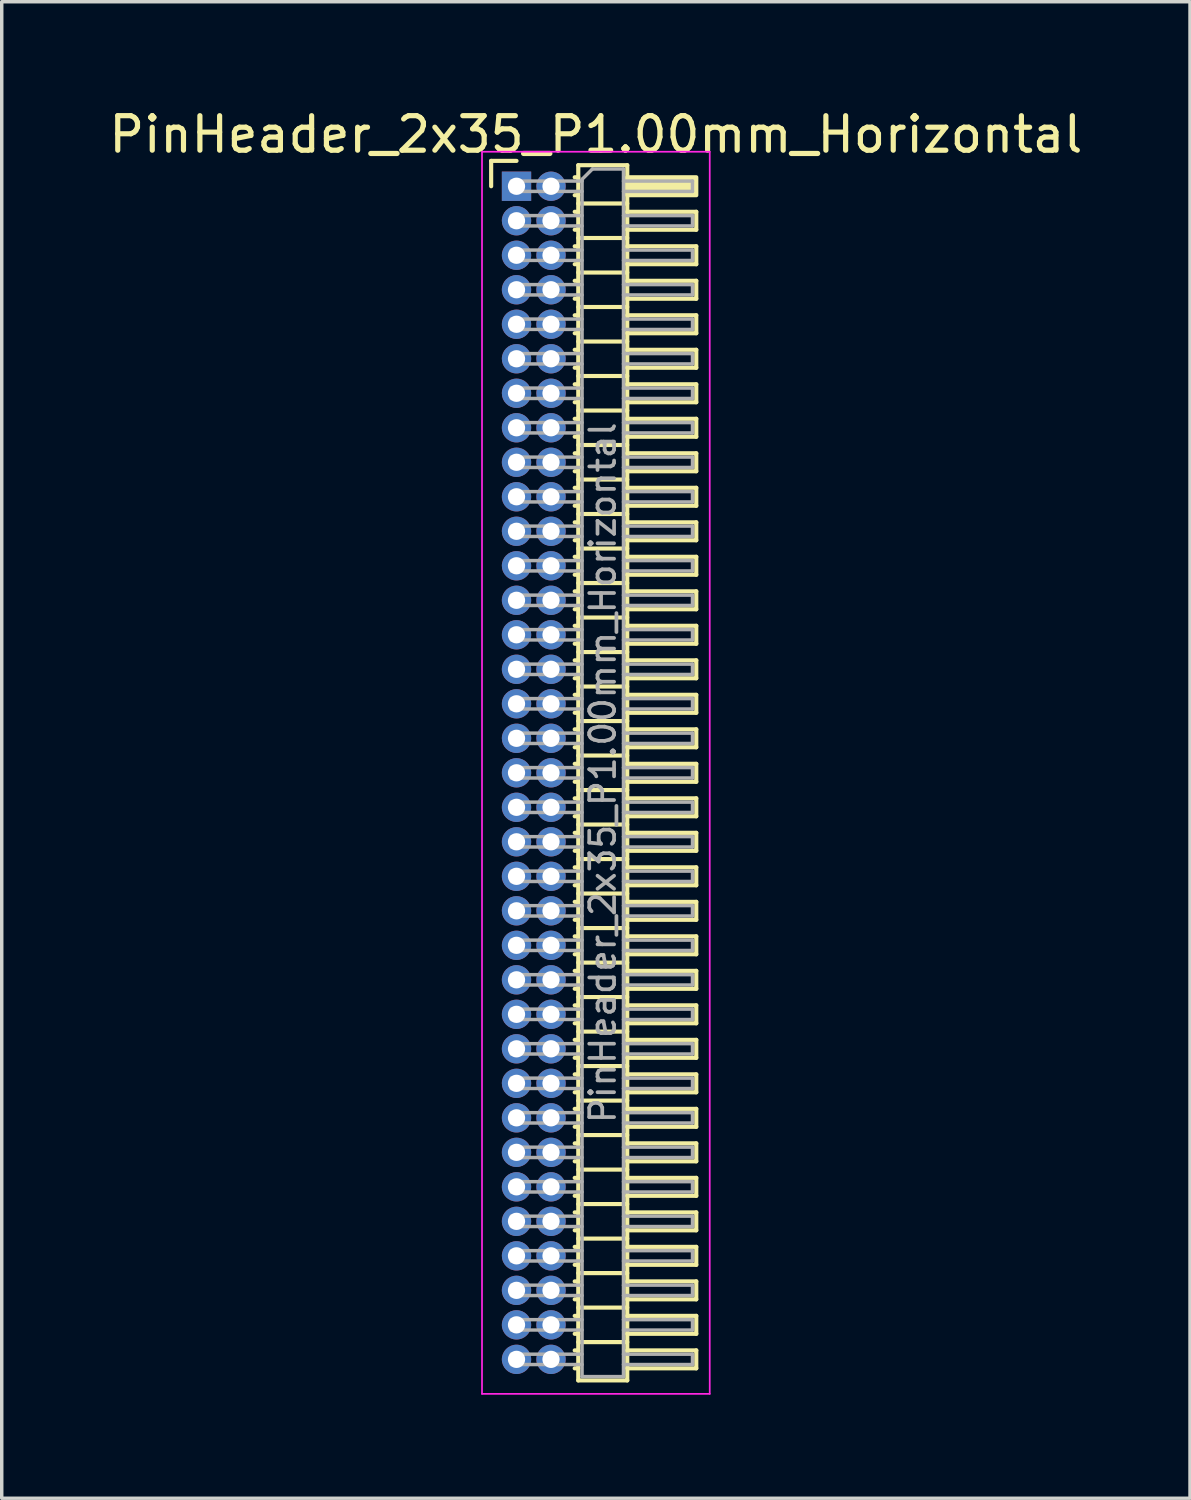
<source format=kicad_pcb>
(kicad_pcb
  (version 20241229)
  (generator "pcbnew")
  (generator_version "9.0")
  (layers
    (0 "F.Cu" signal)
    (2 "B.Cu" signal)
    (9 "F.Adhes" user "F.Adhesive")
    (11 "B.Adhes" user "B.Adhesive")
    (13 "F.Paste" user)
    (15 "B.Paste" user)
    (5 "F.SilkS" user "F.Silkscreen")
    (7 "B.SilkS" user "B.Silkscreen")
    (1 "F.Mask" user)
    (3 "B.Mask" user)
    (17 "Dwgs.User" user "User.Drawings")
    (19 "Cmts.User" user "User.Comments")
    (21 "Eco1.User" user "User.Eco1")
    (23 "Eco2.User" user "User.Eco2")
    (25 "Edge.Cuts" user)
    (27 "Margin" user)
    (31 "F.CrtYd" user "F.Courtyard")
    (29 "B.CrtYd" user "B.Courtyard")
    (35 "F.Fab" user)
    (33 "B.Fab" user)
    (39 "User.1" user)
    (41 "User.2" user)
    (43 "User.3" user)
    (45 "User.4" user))
  (footprint "PinHeader_2x35_P1.00mm_Horizontal"
    (layer "F.Cu")
    (at 11.92 2.348)
    (property "Reference" "PinHeader_2x35_P1.00mm_Horizontal" (at 2.3 -1.5 0) (layer "F.SilkS") (effects (font (size 1 1) (thickness 0.15))))
    (attr through_hole)
    (fp_line (start -0.735 -0.735) (end 0 -0.735) (stroke (width 0.12) (type solid)) (layer "F.SilkS"))
    (fp_line (start -0.735 0) (end -0.735 -0.735) (stroke (width 0.12) (type solid)) (layer "F.SilkS"))
    (fp_line (start 1.687 -0.26) (end 1.79 -0.26) (stroke (width 0.12) (type solid)) (layer "F.SilkS"))
    (fp_line (start 1.687 0.26) (end 1.79 0.26) (stroke (width 0.12) (type solid)) (layer "F.SilkS"))
    (fp_line (start 1.687 0.74) (end 1.79 0.74) (stroke (width 0.12) (type solid)) (layer "F.SilkS"))
    (fp_line (start 1.687 1.26) (end 1.79 1.26) (stroke (width 0.12) (type solid)) (layer "F.SilkS"))
    (fp_line (start 1.687 1.74) (end 1.79 1.74) (stroke (width 0.12) (type solid)) (layer "F.SilkS"))
    (fp_line (start 1.687 2.26) (end 1.79 2.26) (stroke (width 0.12) (type solid)) (layer "F.SilkS"))
    (fp_line (start 1.687 2.74) (end 1.79 2.74) (stroke (width 0.12) (type solid)) (layer "F.SilkS"))
    (fp_line (start 1.687 3.26) (end 1.79 3.26) (stroke (width 0.12) (type solid)) (layer "F.SilkS"))
    (fp_line (start 1.687 3.74) (end 1.79 3.74) (stroke (width 0.12) (type solid)) (layer "F.SilkS"))
    (fp_line (start 1.687 4.26) (end 1.79 4.26) (stroke (width 0.12) (type solid)) (layer "F.SilkS"))
    (fp_line (start 1.687 4.74) (end 1.79 4.74) (stroke (width 0.12) (type solid)) (layer "F.SilkS"))
    (fp_line (start 1.687 5.26) (end 1.79 5.26) (stroke (width 0.12) (type solid)) (layer "F.SilkS"))
    (fp_line (start 1.687 5.74) (end 1.79 5.74) (stroke (width 0.12) (type solid)) (layer "F.SilkS"))
    (fp_line (start 1.687 6.26) (end 1.79 6.26) (stroke (width 0.12) (type solid)) (layer "F.SilkS"))
    (fp_line (start 1.687 6.74) (end 1.79 6.74) (stroke (width 0.12) (type solid)) (layer "F.SilkS"))
    (fp_line (start 1.687 7.26) (end 1.79 7.26) (stroke (width 0.12) (type solid)) (layer "F.SilkS"))
    (fp_line (start 1.687 7.74) (end 1.79 7.74) (stroke (width 0.12) (type solid)) (layer "F.SilkS"))
    (fp_line (start 1.687 8.26) (end 1.79 8.26) (stroke (width 0.12) (type solid)) (layer "F.SilkS"))
    (fp_line (start 1.687 8.74) (end 1.79 8.74) (stroke (width 0.12) (type solid)) (layer "F.SilkS"))
    (fp_line (start 1.687 9.26) (end 1.79 9.26) (stroke (width 0.12) (type solid)) (layer "F.SilkS"))
    (fp_line (start 1.687 9.74) (end 1.79 9.74) (stroke (width 0.12) (type solid)) (layer "F.SilkS"))
    (fp_line (start 1.687 10.26) (end 1.79 10.26) (stroke (width 0.12) (type solid)) (layer "F.SilkS"))
    (fp_line (start 1.687 10.74) (end 1.79 10.74) (stroke (width 0.12) (type solid)) (layer "F.SilkS"))
    (fp_line (start 1.687 11.26) (end 1.79 11.26) (stroke (width 0.12) (type solid)) (layer "F.SilkS"))
    (fp_line (start 1.687 11.74) (end 1.79 11.74) (stroke (width 0.12) (type solid)) (layer "F.SilkS"))
    (fp_line (start 1.687 12.26) (end 1.79 12.26) (stroke (width 0.12) (type solid)) (layer "F.SilkS"))
    (fp_line (start 1.687 12.74) (end 1.79 12.74) (stroke (width 0.12) (type solid)) (layer "F.SilkS"))
    (fp_line (start 1.687 13.26) (end 1.79 13.26) (stroke (width 0.12) (type solid)) (layer "F.SilkS"))
    (fp_line (start 1.687 13.74) (end 1.79 13.74) (stroke (width 0.12) (type solid)) (layer "F.SilkS"))
    (fp_line (start 1.687 14.26) (end 1.79 14.26) (stroke (width 0.12) (type solid)) (layer "F.SilkS"))
    (fp_line (start 1.687 14.74) (end 1.79 14.74) (stroke (width 0.12) (type solid)) (layer "F.SilkS"))
    (fp_line (start 1.687 15.26) (end 1.79 15.26) (stroke (width 0.12) (type solid)) (layer "F.SilkS"))
    (fp_line (start 1.687 15.74) (end 1.79 15.74) (stroke (width 0.12) (type solid)) (layer "F.SilkS"))
    (fp_line (start 1.687 16.26) (end 1.79 16.26) (stroke (width 0.12) (type solid)) (layer "F.SilkS"))
    (fp_line (start 1.687 16.74) (end 1.79 16.74) (stroke (width 0.12) (type solid)) (layer "F.SilkS"))
    (fp_line (start 1.687 17.26) (end 1.79 17.26) (stroke (width 0.12) (type solid)) (layer "F.SilkS"))
    (fp_line (start 1.687 17.74) (end 1.79 17.74) (stroke (width 0.12) (type solid)) (layer "F.SilkS"))
    (fp_line (start 1.687 18.26) (end 1.79 18.26) (stroke (width 0.12) (type solid)) (layer "F.SilkS"))
    (fp_line (start 1.687 18.74) (end 1.79 18.74) (stroke (width 0.12) (type solid)) (layer "F.SilkS"))
    (fp_line (start 1.687 19.26) (end 1.79 19.26) (stroke (width 0.12) (type solid)) (layer "F.SilkS"))
    (fp_line (start 1.687 19.74) (end 1.79 19.74) (stroke (width 0.12) (type solid)) (layer "F.SilkS"))
    (fp_line (start 1.687 20.26) (end 1.79 20.26) (stroke (width 0.12) (type solid)) (layer "F.SilkS"))
    (fp_line (start 1.687 20.74) (end 1.79 20.74) (stroke (width 0.12) (type solid)) (layer "F.SilkS"))
    (fp_line (start 1.687 21.26) (end 1.79 21.26) (stroke (width 0.12) (type solid)) (layer "F.SilkS"))
    (fp_line (start 1.687 21.74) (end 1.79 21.74) (stroke (width 0.12) (type solid)) (layer "F.SilkS"))
    (fp_line (start 1.687 22.26) (end 1.79 22.26) (stroke (width 0.12) (type solid)) (layer "F.SilkS"))
    (fp_line (start 1.687 22.74) (end 1.79 22.74) (stroke (width 0.12) (type solid)) (layer "F.SilkS"))
    (fp_line (start 1.687 23.26) (end 1.79 23.26) (stroke (width 0.12) (type solid)) (layer "F.SilkS"))
    (fp_line (start 1.687 23.74) (end 1.79 23.74) (stroke (width 0.12) (type solid)) (layer "F.SilkS"))
    (fp_line (start 1.687 24.26) (end 1.79 24.26) (stroke (width 0.12) (type solid)) (layer "F.SilkS"))
    (fp_line (start 1.687 24.74) (end 1.79 24.74) (stroke (width 0.12) (type solid)) (layer "F.SilkS"))
    (fp_line (start 1.687 25.26) (end 1.79 25.26) (stroke (width 0.12) (type solid)) (layer "F.SilkS"))
    (fp_line (start 1.687 25.74) (end 1.79 25.74) (stroke (width 0.12) (type solid)) (layer "F.SilkS"))
    (fp_line (start 1.687 26.26) (end 1.79 26.26) (stroke (width 0.12) (type solid)) (layer "F.SilkS"))
    (fp_line (start 1.687 26.74) (end 1.79 26.74) (stroke (width 0.12) (type solid)) (layer "F.SilkS"))
    (fp_line (start 1.687 27.26) (end 1.79 27.26) (stroke (width 0.12) (type solid)) (layer "F.SilkS"))
    (fp_line (start 1.687 27.74) (end 1.79 27.74) (stroke (width 0.12) (type solid)) (layer "F.SilkS"))
    (fp_line (start 1.687 28.26) (end 1.79 28.26) (stroke (width 0.12) (type solid)) (layer "F.SilkS"))
    (fp_line (start 1.687 28.74) (end 1.79 28.74) (stroke (width 0.12) (type solid)) (layer "F.SilkS"))
    (fp_line (start 1.687 29.26) (end 1.79 29.26) (stroke (width 0.12) (type solid)) (layer "F.SilkS"))
    (fp_line (start 1.687 29.74) (end 1.79 29.74) (stroke (width 0.12) (type solid)) (layer "F.SilkS"))
    (fp_line (start 1.687 30.26) (end 1.79 30.26) (stroke (width 0.12) (type solid)) (layer "F.SilkS"))
    (fp_line (start 1.687 30.74) (end 1.79 30.74) (stroke (width 0.12) (type solid)) (layer "F.SilkS"))
    (fp_line (start 1.687 31.26) (end 1.79 31.26) (stroke (width 0.12) (type solid)) (layer "F.SilkS"))
    (fp_line (start 1.687 31.74) (end 1.79 31.74) (stroke (width 0.12) (type solid)) (layer "F.SilkS"))
    (fp_line (start 1.687 32.26) (end 1.79 32.26) (stroke (width 0.12) (type solid)) (layer "F.SilkS"))
    (fp_line (start 1.687 32.74) (end 1.79 32.74) (stroke (width 0.12) (type solid)) (layer "F.SilkS"))
    (fp_line (start 1.687 33.26) (end 1.79 33.26) (stroke (width 0.12) (type solid)) (layer "F.SilkS"))
    (fp_line (start 1.687 33.74) (end 1.79 33.74) (stroke (width 0.12) (type solid)) (layer "F.SilkS"))
    (fp_line (start 1.687 34.26) (end 1.79 34.26) (stroke (width 0.12) (type solid)) (layer "F.SilkS"))
    (fp_line (start 1.79 -0.61) (end 1.79 34.61) (stroke (width 0.12) (type solid)) (layer "F.SilkS"))
    (fp_line (start 1.79 0.5) (end 3.21 0.5) (stroke (width 0.12) (type solid)) (layer "F.SilkS"))
    (fp_line (start 1.79 1.5) (end 3.21 1.5) (stroke (width 0.12) (type solid)) (layer "F.SilkS"))
    (fp_line (start 1.79 2.5) (end 3.21 2.5) (stroke (width 0.12) (type solid)) (layer "F.SilkS"))
    (fp_line (start 1.79 3.5) (end 3.21 3.5) (stroke (width 0.12) (type solid)) (layer "F.SilkS"))
    (fp_line (start 1.79 4.5) (end 3.21 4.5) (stroke (width 0.12) (type solid)) (layer "F.SilkS"))
    (fp_line (start 1.79 5.5) (end 3.21 5.5) (stroke (width 0.12) (type solid)) (layer "F.SilkS"))
    (fp_line (start 1.79 6.5) (end 3.21 6.5) (stroke (width 0.12) (type solid)) (layer "F.SilkS"))
    (fp_line (start 1.79 7.5) (end 3.21 7.5) (stroke (width 0.12) (type solid)) (layer "F.SilkS"))
    (fp_line (start 1.79 8.5) (end 3.21 8.5) (stroke (width 0.12) (type solid)) (layer "F.SilkS"))
    (fp_line (start 1.79 9.5) (end 3.21 9.5) (stroke (width 0.12) (type solid)) (layer "F.SilkS"))
    (fp_line (start 1.79 10.5) (end 3.21 10.5) (stroke (width 0.12) (type solid)) (layer "F.SilkS"))
    (fp_line (start 1.79 11.5) (end 3.21 11.5) (stroke (width 0.12) (type solid)) (layer "F.SilkS"))
    (fp_line (start 1.79 12.5) (end 3.21 12.5) (stroke (width 0.12) (type solid)) (layer "F.SilkS"))
    (fp_line (start 1.79 13.5) (end 3.21 13.5) (stroke (width 0.12) (type solid)) (layer "F.SilkS"))
    (fp_line (start 1.79 14.5) (end 3.21 14.5) (stroke (width 0.12) (type solid)) (layer "F.SilkS"))
    (fp_line (start 1.79 15.5) (end 3.21 15.5) (stroke (width 0.12) (type solid)) (layer "F.SilkS"))
    (fp_line (start 1.79 16.5) (end 3.21 16.5) (stroke (width 0.12) (type solid)) (layer "F.SilkS"))
    (fp_line (start 1.79 17.5) (end 3.21 17.5) (stroke (width 0.12) (type solid)) (layer "F.SilkS"))
    (fp_line (start 1.79 18.5) (end 3.21 18.5) (stroke (width 0.12) (type solid)) (layer "F.SilkS"))
    (fp_line (start 1.79 19.5) (end 3.21 19.5) (stroke (width 0.12) (type solid)) (layer "F.SilkS"))
    (fp_line (start 1.79 20.5) (end 3.21 20.5) (stroke (width 0.12) (type solid)) (layer "F.SilkS"))
    (fp_line (start 1.79 21.5) (end 3.21 21.5) (stroke (width 0.12) (type solid)) (layer "F.SilkS"))
    (fp_line (start 1.79 22.5) (end 3.21 22.5) (stroke (width 0.12) (type solid)) (layer "F.SilkS"))
    (fp_line (start 1.79 23.5) (end 3.21 23.5) (stroke (width 0.12) (type solid)) (layer "F.SilkS"))
    (fp_line (start 1.79 24.5) (end 3.21 24.5) (stroke (width 0.12) (type solid)) (layer "F.SilkS"))
    (fp_line (start 1.79 25.5) (end 3.21 25.5) (stroke (width 0.12) (type solid)) (layer "F.SilkS"))
    (fp_line (start 1.79 26.5) (end 3.21 26.5) (stroke (width 0.12) (type solid)) (layer "F.SilkS"))
    (fp_line (start 1.79 27.5) (end 3.21 27.5) (stroke (width 0.12) (type solid)) (layer "F.SilkS"))
    (fp_line (start 1.79 28.5) (end 3.21 28.5) (stroke (width 0.12) (type solid)) (layer "F.SilkS"))
    (fp_line (start 1.79 29.5) (end 3.21 29.5) (stroke (width 0.12) (type solid)) (layer "F.SilkS"))
    (fp_line (start 1.79 30.5) (end 3.21 30.5) (stroke (width 0.12) (type solid)) (layer "F.SilkS"))
    (fp_line (start 1.79 31.5) (end 3.21 31.5) (stroke (width 0.12) (type solid)) (layer "F.SilkS"))
    (fp_line (start 1.79 32.5) (end 3.21 32.5) (stroke (width 0.12) (type solid)) (layer "F.SilkS"))
    (fp_line (start 1.79 33.5) (end 3.21 33.5) (stroke (width 0.12) (type solid)) (layer "F.SilkS"))
    (fp_line (start 1.79 34.61) (end 3.21 34.61) (stroke (width 0.12) (type solid)) (layer "F.SilkS"))
    (fp_line (start 3.21 -0.61) (end 1.79 -0.61) (stroke (width 0.12) (type solid)) (layer "F.SilkS"))
    (fp_line (start 3.21 0.74) (end 5.21 0.74) (stroke (width 0.12) (type solid)) (layer "F.SilkS"))
    (fp_line (start 3.21 1.74) (end 5.21 1.74) (stroke (width 0.12) (type solid)) (layer "F.SilkS"))
    (fp_line (start 3.21 2.74) (end 5.21 2.74) (stroke (width 0.12) (type solid)) (layer "F.SilkS"))
    (fp_line (start 3.21 3.74) (end 5.21 3.74) (stroke (width 0.12) (type solid)) (layer "F.SilkS"))
    (fp_line (start 3.21 4.74) (end 5.21 4.74) (stroke (width 0.12) (type solid)) (layer "F.SilkS"))
    (fp_line (start 3.21 5.74) (end 5.21 5.74) (stroke (width 0.12) (type solid)) (layer "F.SilkS"))
    (fp_line (start 3.21 6.74) (end 5.21 6.74) (stroke (width 0.12) (type solid)) (layer "F.SilkS"))
    (fp_line (start 3.21 7.74) (end 5.21 7.74) (stroke (width 0.12) (type solid)) (layer "F.SilkS"))
    (fp_line (start 3.21 8.74) (end 5.21 8.74) (stroke (width 0.12) (type solid)) (layer "F.SilkS"))
    (fp_line (start 3.21 9.74) (end 5.21 9.74) (stroke (width 0.12) (type solid)) (layer "F.SilkS"))
    (fp_line (start 3.21 10.74) (end 5.21 10.74) (stroke (width 0.12) (type solid)) (layer "F.SilkS"))
    (fp_line (start 3.21 11.74) (end 5.21 11.74) (stroke (width 0.12) (type solid)) (layer "F.SilkS"))
    (fp_line (start 3.21 12.74) (end 5.21 12.74) (stroke (width 0.12) (type solid)) (layer "F.SilkS"))
    (fp_line (start 3.21 13.74) (end 5.21 13.74) (stroke (width 0.12) (type solid)) (layer "F.SilkS"))
    (fp_line (start 3.21 14.74) (end 5.21 14.74) (stroke (width 0.12) (type solid)) (layer "F.SilkS"))
    (fp_line (start 3.21 15.74) (end 5.21 15.74) (stroke (width 0.12) (type solid)) (layer "F.SilkS"))
    (fp_line (start 3.21 16.74) (end 5.21 16.74) (stroke (width 0.12) (type solid)) (layer "F.SilkS"))
    (fp_line (start 3.21 17.74) (end 5.21 17.74) (stroke (width 0.12) (type solid)) (layer "F.SilkS"))
    (fp_line (start 3.21 18.74) (end 5.21 18.74) (stroke (width 0.12) (type solid)) (layer "F.SilkS"))
    (fp_line (start 3.21 19.74) (end 5.21 19.74) (stroke (width 0.12) (type solid)) (layer "F.SilkS"))
    (fp_line (start 3.21 20.74) (end 5.21 20.74) (stroke (width 0.12) (type solid)) (layer "F.SilkS"))
    (fp_line (start 3.21 21.74) (end 5.21 21.74) (stroke (width 0.12) (type solid)) (layer "F.SilkS"))
    (fp_line (start 3.21 22.74) (end 5.21 22.74) (stroke (width 0.12) (type solid)) (layer "F.SilkS"))
    (fp_line (start 3.21 23.74) (end 5.21 23.74) (stroke (width 0.12) (type solid)) (layer "F.SilkS"))
    (fp_line (start 3.21 24.74) (end 5.21 24.74) (stroke (width 0.12) (type solid)) (layer "F.SilkS"))
    (fp_line (start 3.21 25.74) (end 5.21 25.74) (stroke (width 0.12) (type solid)) (layer "F.SilkS"))
    (fp_line (start 3.21 26.74) (end 5.21 26.74) (stroke (width 0.12) (type solid)) (layer "F.SilkS"))
    (fp_line (start 3.21 27.74) (end 5.21 27.74) (stroke (width 0.12) (type solid)) (layer "F.SilkS"))
    (fp_line (start 3.21 28.74) (end 5.21 28.74) (stroke (width 0.12) (type solid)) (layer "F.SilkS"))
    (fp_line (start 3.21 29.74) (end 5.21 29.74) (stroke (width 0.12) (type solid)) (layer "F.SilkS"))
    (fp_line (start 3.21 30.74) (end 5.21 30.74) (stroke (width 0.12) (type solid)) (layer "F.SilkS"))
    (fp_line (start 3.21 31.74) (end 5.21 31.74) (stroke (width 0.12) (type solid)) (layer "F.SilkS"))
    (fp_line (start 3.21 32.74) (end 5.21 32.74) (stroke (width 0.12) (type solid)) (layer "F.SilkS"))
    (fp_line (start 3.21 33.74) (end 5.21 33.74) (stroke (width 0.12) (type solid)) (layer "F.SilkS"))
    (fp_line (start 3.21 34.61) (end 3.21 -0.61) (stroke (width 0.12) (type solid)) (layer "F.SilkS"))
    (fp_line (start 5.21 0.74) (end 5.21 1.26) (stroke (width 0.12) (type solid)) (layer "F.SilkS"))
    (fp_line (start 5.21 1.26) (end 3.21 1.26) (stroke (width 0.12) (type solid)) (layer "F.SilkS"))
    (fp_line (start 5.21 1.74) (end 5.21 2.26) (stroke (width 0.12) (type solid)) (layer "F.SilkS"))
    (fp_line (start 5.21 2.26) (end 3.21 2.26) (stroke (width 0.12) (type solid)) (layer "F.SilkS"))
    (fp_line (start 5.21 2.74) (end 5.21 3.26) (stroke (width 0.12) (type solid)) (layer "F.SilkS"))
    (fp_line (start 5.21 3.26) (end 3.21 3.26) (stroke (width 0.12) (type solid)) (layer "F.SilkS"))
    (fp_line (start 5.21 3.74) (end 5.21 4.26) (stroke (width 0.12) (type solid)) (layer "F.SilkS"))
    (fp_line (start 5.21 4.26) (end 3.21 4.26) (stroke (width 0.12) (type solid)) (layer "F.SilkS"))
    (fp_line (start 5.21 4.74) (end 5.21 5.26) (stroke (width 0.12) (type solid)) (layer "F.SilkS"))
    (fp_line (start 5.21 5.26) (end 3.21 5.26) (stroke (width 0.12) (type solid)) (layer "F.SilkS"))
    (fp_line (start 5.21 5.74) (end 5.21 6.26) (stroke (width 0.12) (type solid)) (layer "F.SilkS"))
    (fp_line (start 5.21 6.26) (end 3.21 6.26) (stroke (width 0.12) (type solid)) (layer "F.SilkS"))
    (fp_line (start 5.21 6.74) (end 5.21 7.26) (stroke (width 0.12) (type solid)) (layer "F.SilkS"))
    (fp_line (start 5.21 7.26) (end 3.21 7.26) (stroke (width 0.12) (type solid)) (layer "F.SilkS"))
    (fp_line (start 5.21 7.74) (end 5.21 8.26) (stroke (width 0.12) (type solid)) (layer "F.SilkS"))
    (fp_line (start 5.21 8.26) (end 3.21 8.26) (stroke (width 0.12) (type solid)) (layer "F.SilkS"))
    (fp_line (start 5.21 8.74) (end 5.21 9.26) (stroke (width 0.12) (type solid)) (layer "F.SilkS"))
    (fp_line (start 5.21 9.26) (end 3.21 9.26) (stroke (width 0.12) (type solid)) (layer "F.SilkS"))
    (fp_line (start 5.21 9.74) (end 5.21 10.26) (stroke (width 0.12) (type solid)) (layer "F.SilkS"))
    (fp_line (start 5.21 10.26) (end 3.21 10.26) (stroke (width 0.12) (type solid)) (layer "F.SilkS"))
    (fp_line (start 5.21 10.74) (end 5.21 11.26) (stroke (width 0.12) (type solid)) (layer "F.SilkS"))
    (fp_line (start 5.21 11.26) (end 3.21 11.26) (stroke (width 0.12) (type solid)) (layer "F.SilkS"))
    (fp_line (start 5.21 11.74) (end 5.21 12.26) (stroke (width 0.12) (type solid)) (layer "F.SilkS"))
    (fp_line (start 5.21 12.26) (end 3.21 12.26) (stroke (width 0.12) (type solid)) (layer "F.SilkS"))
    (fp_line (start 5.21 12.74) (end 5.21 13.26) (stroke (width 0.12) (type solid)) (layer "F.SilkS"))
    (fp_line (start 5.21 13.26) (end 3.21 13.26) (stroke (width 0.12) (type solid)) (layer "F.SilkS"))
    (fp_line (start 5.21 13.74) (end 5.21 14.26) (stroke (width 0.12) (type solid)) (layer "F.SilkS"))
    (fp_line (start 5.21 14.26) (end 3.21 14.26) (stroke (width 0.12) (type solid)) (layer "F.SilkS"))
    (fp_line (start 5.21 14.74) (end 5.21 15.26) (stroke (width 0.12) (type solid)) (layer "F.SilkS"))
    (fp_line (start 5.21 15.26) (end 3.21 15.26) (stroke (width 0.12) (type solid)) (layer "F.SilkS"))
    (fp_line (start 5.21 15.74) (end 5.21 16.26) (stroke (width 0.12) (type solid)) (layer "F.SilkS"))
    (fp_line (start 5.21 16.26) (end 3.21 16.26) (stroke (width 0.12) (type solid)) (layer "F.SilkS"))
    (fp_line (start 5.21 16.74) (end 5.21 17.26) (stroke (width 0.12) (type solid)) (layer "F.SilkS"))
    (fp_line (start 5.21 17.26) (end 3.21 17.26) (stroke (width 0.12) (type solid)) (layer "F.SilkS"))
    (fp_line (start 5.21 17.74) (end 5.21 18.26) (stroke (width 0.12) (type solid)) (layer "F.SilkS"))
    (fp_line (start 5.21 18.26) (end 3.21 18.26) (stroke (width 0.12) (type solid)) (layer "F.SilkS"))
    (fp_line (start 5.21 18.74) (end 5.21 19.26) (stroke (width 0.12) (type solid)) (layer "F.SilkS"))
    (fp_line (start 5.21 19.26) (end 3.21 19.26) (stroke (width 0.12) (type solid)) (layer "F.SilkS"))
    (fp_line (start 5.21 19.74) (end 5.21 20.26) (stroke (width 0.12) (type solid)) (layer "F.SilkS"))
    (fp_line (start 5.21 20.26) (end 3.21 20.26) (stroke (width 0.12) (type solid)) (layer "F.SilkS"))
    (fp_line (start 5.21 20.74) (end 5.21 21.26) (stroke (width 0.12) (type solid)) (layer "F.SilkS"))
    (fp_line (start 5.21 21.26) (end 3.21 21.26) (stroke (width 0.12) (type solid)) (layer "F.SilkS"))
    (fp_line (start 5.21 21.74) (end 5.21 22.26) (stroke (width 0.12) (type solid)) (layer "F.SilkS"))
    (fp_line (start 5.21 22.26) (end 3.21 22.26) (stroke (width 0.12) (type solid)) (layer "F.SilkS"))
    (fp_line (start 5.21 22.74) (end 5.21 23.26) (stroke (width 0.12) (type solid)) (layer "F.SilkS"))
    (fp_line (start 5.21 23.26) (end 3.21 23.26) (stroke (width 0.12) (type solid)) (layer "F.SilkS"))
    (fp_line (start 5.21 23.74) (end 5.21 24.26) (stroke (width 0.12) (type solid)) (layer "F.SilkS"))
    (fp_line (start 5.21 24.26) (end 3.21 24.26) (stroke (width 0.12) (type solid)) (layer "F.SilkS"))
    (fp_line (start 5.21 24.74) (end 5.21 25.26) (stroke (width 0.12) (type solid)) (layer "F.SilkS"))
    (fp_line (start 5.21 25.26) (end 3.21 25.26) (stroke (width 0.12) (type solid)) (layer "F.SilkS"))
    (fp_line (start 5.21 25.74) (end 5.21 26.26) (stroke (width 0.12) (type solid)) (layer "F.SilkS"))
    (fp_line (start 5.21 26.26) (end 3.21 26.26) (stroke (width 0.12) (type solid)) (layer "F.SilkS"))
    (fp_line (start 5.21 26.74) (end 5.21 27.26) (stroke (width 0.12) (type solid)) (layer "F.SilkS"))
    (fp_line (start 5.21 27.26) (end 3.21 27.26) (stroke (width 0.12) (type solid)) (layer "F.SilkS"))
    (fp_line (start 5.21 27.74) (end 5.21 28.26) (stroke (width 0.12) (type solid)) (layer "F.SilkS"))
    (fp_line (start 5.21 28.26) (end 3.21 28.26) (stroke (width 0.12) (type solid)) (layer "F.SilkS"))
    (fp_line (start 5.21 28.74) (end 5.21 29.26) (stroke (width 0.12) (type solid)) (layer "F.SilkS"))
    (fp_line (start 5.21 29.26) (end 3.21 29.26) (stroke (width 0.12) (type solid)) (layer "F.SilkS"))
    (fp_line (start 5.21 29.74) (end 5.21 30.26) (stroke (width 0.12) (type solid)) (layer "F.SilkS"))
    (fp_line (start 5.21 30.26) (end 3.21 30.26) (stroke (width 0.12) (type solid)) (layer "F.SilkS"))
    (fp_line (start 5.21 30.74) (end 5.21 31.26) (stroke (width 0.12) (type solid)) (layer "F.SilkS"))
    (fp_line (start 5.21 31.26) (end 3.21 31.26) (stroke (width 0.12) (type solid)) (layer "F.SilkS"))
    (fp_line (start 5.21 31.74) (end 5.21 32.26) (stroke (width 0.12) (type solid)) (layer "F.SilkS"))
    (fp_line (start 5.21 32.26) (end 3.21 32.26) (stroke (width 0.12) (type solid)) (layer "F.SilkS"))
    (fp_line (start 5.21 32.74) (end 5.21 33.26) (stroke (width 0.12) (type solid)) (layer "F.SilkS"))
    (fp_line (start 5.21 33.26) (end 3.21 33.26) (stroke (width 0.12) (type solid)) (layer "F.SilkS"))
    (fp_line (start 5.21 33.74) (end 5.21 34.26) (stroke (width 0.12) (type solid)) (layer "F.SilkS"))
    (fp_line (start 5.21 34.26) (end 3.21 34.26) (stroke (width 0.12) (type solid)) (layer "F.SilkS"))
    (fp_rect (start 3.21 -0.26) (end 5.21 0.26) (stroke (width 0.12) (type solid)) (fill yes) (layer "F.SilkS"))
    (fp_line (start -1 -1) (end -1 35) (stroke (width 0.05) (type solid)) (layer "F.CrtYd"))
    (fp_line (start -1 35) (end 5.6 35) (stroke (width 0.05) (type solid)) (layer "F.CrtYd"))
    (fp_line (start 5.6 -1) (end -1 -1) (stroke (width 0.05) (type solid)) (layer "F.CrtYd"))
    (fp_line (start 5.6 35) (end 5.6 -1) (stroke (width 0.05) (type solid)) (layer "F.CrtYd"))
    (fp_line (start -0.15 -0.15) (end -0.15 0.15) (stroke (width 0.1) (type solid)) (layer "F.Fab"))
    (fp_line (start -0.15 -0.15) (end 1.9 -0.15) (stroke (width 0.1) (type solid)) (layer "F.Fab"))
    (fp_line (start -0.15 0.15) (end 1.9 0.15) (stroke (width 0.1) (type solid)) (layer "F.Fab"))
    (fp_line (start -0.15 0.85) (end -0.15 1.15) (stroke (width 0.1) (type solid)) (layer "F.Fab"))
    (fp_line (start -0.15 0.85) (end 1.9 0.85) (stroke (width 0.1) (type solid)) (layer "F.Fab"))
    (fp_line (start -0.15 1.15) (end 1.9 1.15) (stroke (width 0.1) (type solid)) (layer "F.Fab"))
    (fp_line (start -0.15 1.85) (end -0.15 2.15) (stroke (width 0.1) (type solid)) (layer "F.Fab"))
    (fp_line (start -0.15 1.85) (end 1.9 1.85) (stroke (width 0.1) (type solid)) (layer "F.Fab"))
    (fp_line (start -0.15 2.15) (end 1.9 2.15) (stroke (width 0.1) (type solid)) (layer "F.Fab"))
    (fp_line (start -0.15 2.85) (end -0.15 3.15) (stroke (width 0.1) (type solid)) (layer "F.Fab"))
    (fp_line (start -0.15 2.85) (end 1.9 2.85) (stroke (width 0.1) (type solid)) (layer "F.Fab"))
    (fp_line (start -0.15 3.15) (end 1.9 3.15) (stroke (width 0.1) (type solid)) (layer "F.Fab"))
    (fp_line (start -0.15 3.85) (end -0.15 4.15) (stroke (width 0.1) (type solid)) (layer "F.Fab"))
    (fp_line (start -0.15 3.85) (end 1.9 3.85) (stroke (width 0.1) (type solid)) (layer "F.Fab"))
    (fp_line (start -0.15 4.15) (end 1.9 4.15) (stroke (width 0.1) (type solid)) (layer "F.Fab"))
    (fp_line (start -0.15 4.85) (end -0.15 5.15) (stroke (width 0.1) (type solid)) (layer "F.Fab"))
    (fp_line (start -0.15 4.85) (end 1.9 4.85) (stroke (width 0.1) (type solid)) (layer "F.Fab"))
    (fp_line (start -0.15 5.15) (end 1.9 5.15) (stroke (width 0.1) (type solid)) (layer "F.Fab"))
    (fp_line (start -0.15 5.85) (end -0.15 6.15) (stroke (width 0.1) (type solid)) (layer "F.Fab"))
    (fp_line (start -0.15 5.85) (end 1.9 5.85) (stroke (width 0.1) (type solid)) (layer "F.Fab"))
    (fp_line (start -0.15 6.15) (end 1.9 6.15) (stroke (width 0.1) (type solid)) (layer "F.Fab"))
    (fp_line (start -0.15 6.85) (end -0.15 7.15) (stroke (width 0.1) (type solid)) (layer "F.Fab"))
    (fp_line (start -0.15 6.85) (end 1.9 6.85) (stroke (width 0.1) (type solid)) (layer "F.Fab"))
    (fp_line (start -0.15 7.15) (end 1.9 7.15) (stroke (width 0.1) (type solid)) (layer "F.Fab"))
    (fp_line (start -0.15 7.85) (end -0.15 8.15) (stroke (width 0.1) (type solid)) (layer "F.Fab"))
    (fp_line (start -0.15 7.85) (end 1.9 7.85) (stroke (width 0.1) (type solid)) (layer "F.Fab"))
    (fp_line (start -0.15 8.15) (end 1.9 8.15) (stroke (width 0.1) (type solid)) (layer "F.Fab"))
    (fp_line (start -0.15 8.85) (end -0.15 9.15) (stroke (width 0.1) (type solid)) (layer "F.Fab"))
    (fp_line (start -0.15 8.85) (end 1.9 8.85) (stroke (width 0.1) (type solid)) (layer "F.Fab"))
    (fp_line (start -0.15 9.15) (end 1.9 9.15) (stroke (width 0.1) (type solid)) (layer "F.Fab"))
    (fp_line (start -0.15 9.85) (end -0.15 10.15) (stroke (width 0.1) (type solid)) (layer "F.Fab"))
    (fp_line (start -0.15 9.85) (end 1.9 9.85) (stroke (width 0.1) (type solid)) (layer "F.Fab"))
    (fp_line (start -0.15 10.15) (end 1.9 10.15) (stroke (width 0.1) (type solid)) (layer "F.Fab"))
    (fp_line (start -0.15 10.85) (end -0.15 11.15) (stroke (width 0.1) (type solid)) (layer "F.Fab"))
    (fp_line (start -0.15 10.85) (end 1.9 10.85) (stroke (width 0.1) (type solid)) (layer "F.Fab"))
    (fp_line (start -0.15 11.15) (end 1.9 11.15) (stroke (width 0.1) (type solid)) (layer "F.Fab"))
    (fp_line (start -0.15 11.85) (end -0.15 12.15) (stroke (width 0.1) (type solid)) (layer "F.Fab"))
    (fp_line (start -0.15 11.85) (end 1.9 11.85) (stroke (width 0.1) (type solid)) (layer "F.Fab"))
    (fp_line (start -0.15 12.15) (end 1.9 12.15) (stroke (width 0.1) (type solid)) (layer "F.Fab"))
    (fp_line (start -0.15 12.85) (end -0.15 13.15) (stroke (width 0.1) (type solid)) (layer "F.Fab"))
    (fp_line (start -0.15 12.85) (end 1.9 12.85) (stroke (width 0.1) (type solid)) (layer "F.Fab"))
    (fp_line (start -0.15 13.15) (end 1.9 13.15) (stroke (width 0.1) (type solid)) (layer "F.Fab"))
    (fp_line (start -0.15 13.85) (end -0.15 14.15) (stroke (width 0.1) (type solid)) (layer "F.Fab"))
    (fp_line (start -0.15 13.85) (end 1.9 13.85) (stroke (width 0.1) (type solid)) (layer "F.Fab"))
    (fp_line (start -0.15 14.15) (end 1.9 14.15) (stroke (width 0.1) (type solid)) (layer "F.Fab"))
    (fp_line (start -0.15 14.85) (end -0.15 15.15) (stroke (width 0.1) (type solid)) (layer "F.Fab"))
    (fp_line (start -0.15 14.85) (end 1.9 14.85) (stroke (width 0.1) (type solid)) (layer "F.Fab"))
    (fp_line (start -0.15 15.15) (end 1.9 15.15) (stroke (width 0.1) (type solid)) (layer "F.Fab"))
    (fp_line (start -0.15 15.85) (end -0.15 16.15) (stroke (width 0.1) (type solid)) (layer "F.Fab"))
    (fp_line (start -0.15 15.85) (end 1.9 15.85) (stroke (width 0.1) (type solid)) (layer "F.Fab"))
    (fp_line (start -0.15 16.15) (end 1.9 16.15) (stroke (width 0.1) (type solid)) (layer "F.Fab"))
    (fp_line (start -0.15 16.85) (end -0.15 17.15) (stroke (width 0.1) (type solid)) (layer "F.Fab"))
    (fp_line (start -0.15 16.85) (end 1.9 16.85) (stroke (width 0.1) (type solid)) (layer "F.Fab"))
    (fp_line (start -0.15 17.15) (end 1.9 17.15) (stroke (width 0.1) (type solid)) (layer "F.Fab"))
    (fp_line (start -0.15 17.85) (end -0.15 18.15) (stroke (width 0.1) (type solid)) (layer "F.Fab"))
    (fp_line (start -0.15 17.85) (end 1.9 17.85) (stroke (width 0.1) (type solid)) (layer "F.Fab"))
    (fp_line (start -0.15 18.15) (end 1.9 18.15) (stroke (width 0.1) (type solid)) (layer "F.Fab"))
    (fp_line (start -0.15 18.85) (end -0.15 19.15) (stroke (width 0.1) (type solid)) (layer "F.Fab"))
    (fp_line (start -0.15 18.85) (end 1.9 18.85) (stroke (width 0.1) (type solid)) (layer "F.Fab"))
    (fp_line (start -0.15 19.15) (end 1.9 19.15) (stroke (width 0.1) (type solid)) (layer "F.Fab"))
    (fp_line (start -0.15 19.85) (end -0.15 20.15) (stroke (width 0.1) (type solid)) (layer "F.Fab"))
    (fp_line (start -0.15 19.85) (end 1.9 19.85) (stroke (width 0.1) (type solid)) (layer "F.Fab"))
    (fp_line (start -0.15 20.15) (end 1.9 20.15) (stroke (width 0.1) (type solid)) (layer "F.Fab"))
    (fp_line (start -0.15 20.85) (end -0.15 21.15) (stroke (width 0.1) (type solid)) (layer "F.Fab"))
    (fp_line (start -0.15 20.85) (end 1.9 20.85) (stroke (width 0.1) (type solid)) (layer "F.Fab"))
    (fp_line (start -0.15 21.15) (end 1.9 21.15) (stroke (width 0.1) (type solid)) (layer "F.Fab"))
    (fp_line (start -0.15 21.85) (end -0.15 22.15) (stroke (width 0.1) (type solid)) (layer "F.Fab"))
    (fp_line (start -0.15 21.85) (end 1.9 21.85) (stroke (width 0.1) (type solid)) (layer "F.Fab"))
    (fp_line (start -0.15 22.15) (end 1.9 22.15) (stroke (width 0.1) (type solid)) (layer "F.Fab"))
    (fp_line (start -0.15 22.85) (end -0.15 23.15) (stroke (width 0.1) (type solid)) (layer "F.Fab"))
    (fp_line (start -0.15 22.85) (end 1.9 22.85) (stroke (width 0.1) (type solid)) (layer "F.Fab"))
    (fp_line (start -0.15 23.15) (end 1.9 23.15) (stroke (width 0.1) (type solid)) (layer "F.Fab"))
    (fp_line (start -0.15 23.85) (end -0.15 24.15) (stroke (width 0.1) (type solid)) (layer "F.Fab"))
    (fp_line (start -0.15 23.85) (end 1.9 23.85) (stroke (width 0.1) (type solid)) (layer "F.Fab"))
    (fp_line (start -0.15 24.15) (end 1.9 24.15) (stroke (width 0.1) (type solid)) (layer "F.Fab"))
    (fp_line (start -0.15 24.85) (end -0.15 25.15) (stroke (width 0.1) (type solid)) (layer "F.Fab"))
    (fp_line (start -0.15 24.85) (end 1.9 24.85) (stroke (width 0.1) (type solid)) (layer "F.Fab"))
    (fp_line (start -0.15 25.15) (end 1.9 25.15) (stroke (width 0.1) (type solid)) (layer "F.Fab"))
    (fp_line (start -0.15 25.85) (end -0.15 26.15) (stroke (width 0.1) (type solid)) (layer "F.Fab"))
    (fp_line (start -0.15 25.85) (end 1.9 25.85) (stroke (width 0.1) (type solid)) (layer "F.Fab"))
    (fp_line (start -0.15 26.15) (end 1.9 26.15) (stroke (width 0.1) (type solid)) (layer "F.Fab"))
    (fp_line (start -0.15 26.85) (end -0.15 27.15) (stroke (width 0.1) (type solid)) (layer "F.Fab"))
    (fp_line (start -0.15 26.85) (end 1.9 26.85) (stroke (width 0.1) (type solid)) (layer "F.Fab"))
    (fp_line (start -0.15 27.15) (end 1.9 27.15) (stroke (width 0.1) (type solid)) (layer "F.Fab"))
    (fp_line (start -0.15 27.85) (end -0.15 28.15) (stroke (width 0.1) (type solid)) (layer "F.Fab"))
    (fp_line (start -0.15 27.85) (end 1.9 27.85) (stroke (width 0.1) (type solid)) (layer "F.Fab"))
    (fp_line (start -0.15 28.15) (end 1.9 28.15) (stroke (width 0.1) (type solid)) (layer "F.Fab"))
    (fp_line (start -0.15 28.85) (end -0.15 29.15) (stroke (width 0.1) (type solid)) (layer "F.Fab"))
    (fp_line (start -0.15 28.85) (end 1.9 28.85) (stroke (width 0.1) (type solid)) (layer "F.Fab"))
    (fp_line (start -0.15 29.15) (end 1.9 29.15) (stroke (width 0.1) (type solid)) (layer "F.Fab"))
    (fp_line (start -0.15 29.85) (end -0.15 30.15) (stroke (width 0.1) (type solid)) (layer "F.Fab"))
    (fp_line (start -0.15 29.85) (end 1.9 29.85) (stroke (width 0.1) (type solid)) (layer "F.Fab"))
    (fp_line (start -0.15 30.15) (end 1.9 30.15) (stroke (width 0.1) (type solid)) (layer "F.Fab"))
    (fp_line (start -0.15 30.85) (end -0.15 31.15) (stroke (width 0.1) (type solid)) (layer "F.Fab"))
    (fp_line (start -0.15 30.85) (end 1.9 30.85) (stroke (width 0.1) (type solid)) (layer "F.Fab"))
    (fp_line (start -0.15 31.15) (end 1.9 31.15) (stroke (width 0.1) (type solid)) (layer "F.Fab"))
    (fp_line (start -0.15 31.85) (end -0.15 32.15) (stroke (width 0.1) (type solid)) (layer "F.Fab"))
    (fp_line (start -0.15 31.85) (end 1.9 31.85) (stroke (width 0.1) (type solid)) (layer "F.Fab"))
    (fp_line (start -0.15 32.15) (end 1.9 32.15) (stroke (width 0.1) (type solid)) (layer "F.Fab"))
    (fp_line (start -0.15 32.85) (end -0.15 33.15) (stroke (width 0.1) (type solid)) (layer "F.Fab"))
    (fp_line (start -0.15 32.85) (end 1.9 32.85) (stroke (width 0.1) (type solid)) (layer "F.Fab"))
    (fp_line (start -0.15 33.15) (end 1.9 33.15) (stroke (width 0.1) (type solid)) (layer "F.Fab"))
    (fp_line (start -0.15 33.85) (end -0.15 34.15) (stroke (width 0.1) (type solid)) (layer "F.Fab"))
    (fp_line (start -0.15 33.85) (end 1.9 33.85) (stroke (width 0.1) (type solid)) (layer "F.Fab"))
    (fp_line (start -0.15 34.15) (end 1.9 34.15) (stroke (width 0.1) (type solid)) (layer "F.Fab"))
    (fp_line (start 1.9 -0.2) (end 2.2 -0.5) (stroke (width 0.1) (type solid)) (layer "F.Fab"))
    (fp_line (start 1.9 34.5) (end 1.9 -0.2) (stroke (width 0.1) (type solid)) (layer "F.Fab"))
    (fp_line (start 2.2 -0.5) (end 3.1 -0.5) (stroke (width 0.1) (type solid)) (layer "F.Fab"))
    (fp_line (start 3.1 -0.5) (end 3.1 34.5) (stroke (width 0.1) (type solid)) (layer "F.Fab"))
    (fp_line (start 3.1 -0.15) (end 5.1 -0.15) (stroke (width 0.1) (type solid)) (layer "F.Fab"))
    (fp_line (start 3.1 0.15) (end 5.1 0.15) (stroke (width 0.1) (type solid)) (layer "F.Fab"))
    (fp_line (start 3.1 0.85) (end 5.1 0.85) (stroke (width 0.1) (type solid)) (layer "F.Fab"))
    (fp_line (start 3.1 1.15) (end 5.1 1.15) (stroke (width 0.1) (type solid)) (layer "F.Fab"))
    (fp_line (start 3.1 1.85) (end 5.1 1.85) (stroke (width 0.1) (type solid)) (layer "F.Fab"))
    (fp_line (start 3.1 2.15) (end 5.1 2.15) (stroke (width 0.1) (type solid)) (layer "F.Fab"))
    (fp_line (start 3.1 2.85) (end 5.1 2.85) (stroke (width 0.1) (type solid)) (layer "F.Fab"))
    (fp_line (start 3.1 3.15) (end 5.1 3.15) (stroke (width 0.1) (type solid)) (layer "F.Fab"))
    (fp_line (start 3.1 3.85) (end 5.1 3.85) (stroke (width 0.1) (type solid)) (layer "F.Fab"))
    (fp_line (start 3.1 4.15) (end 5.1 4.15) (stroke (width 0.1) (type solid)) (layer "F.Fab"))
    (fp_line (start 3.1 4.85) (end 5.1 4.85) (stroke (width 0.1) (type solid)) (layer "F.Fab"))
    (fp_line (start 3.1 5.15) (end 5.1 5.15) (stroke (width 0.1) (type solid)) (layer "F.Fab"))
    (fp_line (start 3.1 5.85) (end 5.1 5.85) (stroke (width 0.1) (type solid)) (layer "F.Fab"))
    (fp_line (start 3.1 6.15) (end 5.1 6.15) (stroke (width 0.1) (type solid)) (layer "F.Fab"))
    (fp_line (start 3.1 6.85) (end 5.1 6.85) (stroke (width 0.1) (type solid)) (layer "F.Fab"))
    (fp_line (start 3.1 7.15) (end 5.1 7.15) (stroke (width 0.1) (type solid)) (layer "F.Fab"))
    (fp_line (start 3.1 7.85) (end 5.1 7.85) (stroke (width 0.1) (type solid)) (layer "F.Fab"))
    (fp_line (start 3.1 8.15) (end 5.1 8.15) (stroke (width 0.1) (type solid)) (layer "F.Fab"))
    (fp_line (start 3.1 8.85) (end 5.1 8.85) (stroke (width 0.1) (type solid)) (layer "F.Fab"))
    (fp_line (start 3.1 9.15) (end 5.1 9.15) (stroke (width 0.1) (type solid)) (layer "F.Fab"))
    (fp_line (start 3.1 9.85) (end 5.1 9.85) (stroke (width 0.1) (type solid)) (layer "F.Fab"))
    (fp_line (start 3.1 10.15) (end 5.1 10.15) (stroke (width 0.1) (type solid)) (layer "F.Fab"))
    (fp_line (start 3.1 10.85) (end 5.1 10.85) (stroke (width 0.1) (type solid)) (layer "F.Fab"))
    (fp_line (start 3.1 11.15) (end 5.1 11.15) (stroke (width 0.1) (type solid)) (layer "F.Fab"))
    (fp_line (start 3.1 11.85) (end 5.1 11.85) (stroke (width 0.1) (type solid)) (layer "F.Fab"))
    (fp_line (start 3.1 12.15) (end 5.1 12.15) (stroke (width 0.1) (type solid)) (layer "F.Fab"))
    (fp_line (start 3.1 12.85) (end 5.1 12.85) (stroke (width 0.1) (type solid)) (layer "F.Fab"))
    (fp_line (start 3.1 13.15) (end 5.1 13.15) (stroke (width 0.1) (type solid)) (layer "F.Fab"))
    (fp_line (start 3.1 13.85) (end 5.1 13.85) (stroke (width 0.1) (type solid)) (layer "F.Fab"))
    (fp_line (start 3.1 14.15) (end 5.1 14.15) (stroke (width 0.1) (type solid)) (layer "F.Fab"))
    (fp_line (start 3.1 14.85) (end 5.1 14.85) (stroke (width 0.1) (type solid)) (layer "F.Fab"))
    (fp_line (start 3.1 15.15) (end 5.1 15.15) (stroke (width 0.1) (type solid)) (layer "F.Fab"))
    (fp_line (start 3.1 15.85) (end 5.1 15.85) (stroke (width 0.1) (type solid)) (layer "F.Fab"))
    (fp_line (start 3.1 16.15) (end 5.1 16.15) (stroke (width 0.1) (type solid)) (layer "F.Fab"))
    (fp_line (start 3.1 16.85) (end 5.1 16.85) (stroke (width 0.1) (type solid)) (layer "F.Fab"))
    (fp_line (start 3.1 17.15) (end 5.1 17.15) (stroke (width 0.1) (type solid)) (layer "F.Fab"))
    (fp_line (start 3.1 17.85) (end 5.1 17.85) (stroke (width 0.1) (type solid)) (layer "F.Fab"))
    (fp_line (start 3.1 18.15) (end 5.1 18.15) (stroke (width 0.1) (type solid)) (layer "F.Fab"))
    (fp_line (start 3.1 18.85) (end 5.1 18.85) (stroke (width 0.1) (type solid)) (layer "F.Fab"))
    (fp_line (start 3.1 19.15) (end 5.1 19.15) (stroke (width 0.1) (type solid)) (layer "F.Fab"))
    (fp_line (start 3.1 19.85) (end 5.1 19.85) (stroke (width 0.1) (type solid)) (layer "F.Fab"))
    (fp_line (start 3.1 20.15) (end 5.1 20.15) (stroke (width 0.1) (type solid)) (layer "F.Fab"))
    (fp_line (start 3.1 20.85) (end 5.1 20.85) (stroke (width 0.1) (type solid)) (layer "F.Fab"))
    (fp_line (start 3.1 21.15) (end 5.1 21.15) (stroke (width 0.1) (type solid)) (layer "F.Fab"))
    (fp_line (start 3.1 21.85) (end 5.1 21.85) (stroke (width 0.1) (type solid)) (layer "F.Fab"))
    (fp_line (start 3.1 22.15) (end 5.1 22.15) (stroke (width 0.1) (type solid)) (layer "F.Fab"))
    (fp_line (start 3.1 22.85) (end 5.1 22.85) (stroke (width 0.1) (type solid)) (layer "F.Fab"))
    (fp_line (start 3.1 23.15) (end 5.1 23.15) (stroke (width 0.1) (type solid)) (layer "F.Fab"))
    (fp_line (start 3.1 23.85) (end 5.1 23.85) (stroke (width 0.1) (type solid)) (layer "F.Fab"))
    (fp_line (start 3.1 24.15) (end 5.1 24.15) (stroke (width 0.1) (type solid)) (layer "F.Fab"))
    (fp_line (start 3.1 24.85) (end 5.1 24.85) (stroke (width 0.1) (type solid)) (layer "F.Fab"))
    (fp_line (start 3.1 25.15) (end 5.1 25.15) (stroke (width 0.1) (type solid)) (layer "F.Fab"))
    (fp_line (start 3.1 25.85) (end 5.1 25.85) (stroke (width 0.1) (type solid)) (layer "F.Fab"))
    (fp_line (start 3.1 26.15) (end 5.1 26.15) (stroke (width 0.1) (type solid)) (layer "F.Fab"))
    (fp_line (start 3.1 26.85) (end 5.1 26.85) (stroke (width 0.1) (type solid)) (layer "F.Fab"))
    (fp_line (start 3.1 27.15) (end 5.1 27.15) (stroke (width 0.1) (type solid)) (layer "F.Fab"))
    (fp_line (start 3.1 27.85) (end 5.1 27.85) (stroke (width 0.1) (type solid)) (layer "F.Fab"))
    (fp_line (start 3.1 28.15) (end 5.1 28.15) (stroke (width 0.1) (type solid)) (layer "F.Fab"))
    (fp_line (start 3.1 28.85) (end 5.1 28.85) (stroke (width 0.1) (type solid)) (layer "F.Fab"))
    (fp_line (start 3.1 29.15) (end 5.1 29.15) (stroke (width 0.1) (type solid)) (layer "F.Fab"))
    (fp_line (start 3.1 29.85) (end 5.1 29.85) (stroke (width 0.1) (type solid)) (layer "F.Fab"))
    (fp_line (start 3.1 30.15) (end 5.1 30.15) (stroke (width 0.1) (type solid)) (layer "F.Fab"))
    (fp_line (start 3.1 30.85) (end 5.1 30.85) (stroke (width 0.1) (type solid)) (layer "F.Fab"))
    (fp_line (start 3.1 31.15) (end 5.1 31.15) (stroke (width 0.1) (type solid)) (layer "F.Fab"))
    (fp_line (start 3.1 31.85) (end 5.1 31.85) (stroke (width 0.1) (type solid)) (layer "F.Fab"))
    (fp_line (start 3.1 32.15) (end 5.1 32.15) (stroke (width 0.1) (type solid)) (layer "F.Fab"))
    (fp_line (start 3.1 32.85) (end 5.1 32.85) (stroke (width 0.1) (type solid)) (layer "F.Fab"))
    (fp_line (start 3.1 33.15) (end 5.1 33.15) (stroke (width 0.1) (type solid)) (layer "F.Fab"))
    (fp_line (start 3.1 33.85) (end 5.1 33.85) (stroke (width 0.1) (type solid)) (layer "F.Fab"))
    (fp_line (start 3.1 34.15) (end 5.1 34.15) (stroke (width 0.1) (type solid)) (layer "F.Fab"))
    (fp_line (start 3.1 34.5) (end 1.9 34.5) (stroke (width 0.1) (type solid)) (layer "F.Fab"))
    (fp_line (start 5.1 -0.15) (end 5.1 0.15) (stroke (width 0.1) (type solid)) (layer "F.Fab"))
    (fp_line (start 5.1 0.85) (end 5.1 1.15) (stroke (width 0.1) (type solid)) (layer "F.Fab"))
    (fp_line (start 5.1 1.85) (end 5.1 2.15) (stroke (width 0.1) (type solid)) (layer "F.Fab"))
    (fp_line (start 5.1 2.85) (end 5.1 3.15) (stroke (width 0.1) (type solid)) (layer "F.Fab"))
    (fp_line (start 5.1 3.85) (end 5.1 4.15) (stroke (width 0.1) (type solid)) (layer "F.Fab"))
    (fp_line (start 5.1 4.85) (end 5.1 5.15) (stroke (width 0.1) (type solid)) (layer "F.Fab"))
    (fp_line (start 5.1 5.85) (end 5.1 6.15) (stroke (width 0.1) (type solid)) (layer "F.Fab"))
    (fp_line (start 5.1 6.85) (end 5.1 7.15) (stroke (width 0.1) (type solid)) (layer "F.Fab"))
    (fp_line (start 5.1 7.85) (end 5.1 8.15) (stroke (width 0.1) (type solid)) (layer "F.Fab"))
    (fp_line (start 5.1 8.85) (end 5.1 9.15) (stroke (width 0.1) (type solid)) (layer "F.Fab"))
    (fp_line (start 5.1 9.85) (end 5.1 10.15) (stroke (width 0.1) (type solid)) (layer "F.Fab"))
    (fp_line (start 5.1 10.85) (end 5.1 11.15) (stroke (width 0.1) (type solid)) (layer "F.Fab"))
    (fp_line (start 5.1 11.85) (end 5.1 12.15) (stroke (width 0.1) (type solid)) (layer "F.Fab"))
    (fp_line (start 5.1 12.85) (end 5.1 13.15) (stroke (width 0.1) (type solid)) (layer "F.Fab"))
    (fp_line (start 5.1 13.85) (end 5.1 14.15) (stroke (width 0.1) (type solid)) (layer "F.Fab"))
    (fp_line (start 5.1 14.85) (end 5.1 15.15) (stroke (width 0.1) (type solid)) (layer "F.Fab"))
    (fp_line (start 5.1 15.85) (end 5.1 16.15) (stroke (width 0.1) (type solid)) (layer "F.Fab"))
    (fp_line (start 5.1 16.85) (end 5.1 17.15) (stroke (width 0.1) (type solid)) (layer "F.Fab"))
    (fp_line (start 5.1 17.85) (end 5.1 18.15) (stroke (width 0.1) (type solid)) (layer "F.Fab"))
    (fp_line (start 5.1 18.85) (end 5.1 19.15) (stroke (width 0.1) (type solid)) (layer "F.Fab"))
    (fp_line (start 5.1 19.85) (end 5.1 20.15) (stroke (width 0.1) (type solid)) (layer "F.Fab"))
    (fp_line (start 5.1 20.85) (end 5.1 21.15) (stroke (width 0.1) (type solid)) (layer "F.Fab"))
    (fp_line (start 5.1 21.85) (end 5.1 22.15) (stroke (width 0.1) (type solid)) (layer "F.Fab"))
    (fp_line (start 5.1 22.85) (end 5.1 23.15) (stroke (width 0.1) (type solid)) (layer "F.Fab"))
    (fp_line (start 5.1 23.85) (end 5.1 24.15) (stroke (width 0.1) (type solid)) (layer "F.Fab"))
    (fp_line (start 5.1 24.85) (end 5.1 25.15) (stroke (width 0.1) (type solid)) (layer "F.Fab"))
    (fp_line (start 5.1 25.85) (end 5.1 26.15) (stroke (width 0.1) (type solid)) (layer "F.Fab"))
    (fp_line (start 5.1 26.85) (end 5.1 27.15) (stroke (width 0.1) (type solid)) (layer "F.Fab"))
    (fp_line (start 5.1 27.85) (end 5.1 28.15) (stroke (width 0.1) (type solid)) (layer "F.Fab"))
    (fp_line (start 5.1 28.85) (end 5.1 29.15) (stroke (width 0.1) (type solid)) (layer "F.Fab"))
    (fp_line (start 5.1 29.85) (end 5.1 30.15) (stroke (width 0.1) (type solid)) (layer "F.Fab"))
    (fp_line (start 5.1 30.85) (end 5.1 31.15) (stroke (width 0.1) (type solid)) (layer "F.Fab"))
    (fp_line (start 5.1 31.85) (end 5.1 32.15) (stroke (width 0.1) (type solid)) (layer "F.Fab"))
    (fp_line (start 5.1 32.85) (end 5.1 33.15) (stroke (width 0.1) (type solid)) (layer "F.Fab"))
    (fp_line (start 5.1 33.85) (end 5.1 34.15) (stroke (width 0.1) (type solid)) (layer "F.Fab"))
    (fp_text user "${REFERENCE}" (at 2.5 17 90) (layer "F.Fab") (effects (font (size 0.72 0.72) (thickness 0.108))))
    (pad "1" thru_hole rect (at 0 0) (size 0.85 0.85) (drill 0.5) (layers "*.Cu" "*.Mask"))
    (pad "2" thru_hole circle (at 1 0) (size 0.85 0.85) (drill 0.5) (layers "*.Cu" "*.Mask"))
    (pad "3" thru_hole circle (at 0 1) (size 0.85 0.85) (drill 0.5) (layers "*.Cu" "*.Mask"))
    (pad "4" thru_hole circle (at 1 1) (size 0.85 0.85) (drill 0.5) (layers "*.Cu" "*.Mask"))
    (pad "5" thru_hole circle (at 0 2) (size 0.85 0.85) (drill 0.5) (layers "*.Cu" "*.Mask"))
    (pad "6" thru_hole circle (at 1 2) (size 0.85 0.85) (drill 0.5) (layers "*.Cu" "*.Mask"))
    (pad "7" thru_hole circle (at 0 3) (size 0.85 0.85) (drill 0.5) (layers "*.Cu" "*.Mask"))
    (pad "8" thru_hole circle (at 1 3) (size 0.85 0.85) (drill 0.5) (layers "*.Cu" "*.Mask"))
    (pad "9" thru_hole circle (at 0 4) (size 0.85 0.85) (drill 0.5) (layers "*.Cu" "*.Mask"))
    (pad "10" thru_hole circle (at 1 4) (size 0.85 0.85) (drill 0.5) (layers "*.Cu" "*.Mask"))
    (pad "11" thru_hole circle (at 0 5) (size 0.85 0.85) (drill 0.5) (layers "*.Cu" "*.Mask"))
    (pad "12" thru_hole circle (at 1 5) (size 0.85 0.85) (drill 0.5) (layers "*.Cu" "*.Mask"))
    (pad "13" thru_hole circle (at 0 6) (size 0.85 0.85) (drill 0.5) (layers "*.Cu" "*.Mask"))
    (pad "14" thru_hole circle (at 1 6) (size 0.85 0.85) (drill 0.5) (layers "*.Cu" "*.Mask"))
    (pad "15" thru_hole circle (at 0 7) (size 0.85 0.85) (drill 0.5) (layers "*.Cu" "*.Mask"))
    (pad "16" thru_hole circle (at 1 7) (size 0.85 0.85) (drill 0.5) (layers "*.Cu" "*.Mask"))
    (pad "17" thru_hole circle (at 0 8) (size 0.85 0.85) (drill 0.5) (layers "*.Cu" "*.Mask"))
    (pad "18" thru_hole circle (at 1 8) (size 0.85 0.85) (drill 0.5) (layers "*.Cu" "*.Mask"))
    (pad "19" thru_hole circle (at 0 9) (size 0.85 0.85) (drill 0.5) (layers "*.Cu" "*.Mask"))
    (pad "20" thru_hole circle (at 1 9) (size 0.85 0.85) (drill 0.5) (layers "*.Cu" "*.Mask"))
    (pad "21" thru_hole circle (at 0 10) (size 0.85 0.85) (drill 0.5) (layers "*.Cu" "*.Mask"))
    (pad "22" thru_hole circle (at 1 10) (size 0.85 0.85) (drill 0.5) (layers "*.Cu" "*.Mask"))
    (pad "23" thru_hole circle (at 0 11) (size 0.85 0.85) (drill 0.5) (layers "*.Cu" "*.Mask"))
    (pad "24" thru_hole circle (at 1 11) (size 0.85 0.85) (drill 0.5) (layers "*.Cu" "*.Mask"))
    (pad "25" thru_hole circle (at 0 12) (size 0.85 0.85) (drill 0.5) (layers "*.Cu" "*.Mask"))
    (pad "26" thru_hole circle (at 1 12) (size 0.85 0.85) (drill 0.5) (layers "*.Cu" "*.Mask"))
    (pad "27" thru_hole circle (at 0 13) (size 0.85 0.85) (drill 0.5) (layers "*.Cu" "*.Mask"))
    (pad "28" thru_hole circle (at 1 13) (size 0.85 0.85) (drill 0.5) (layers "*.Cu" "*.Mask"))
    (pad "29" thru_hole circle (at 0 14) (size 0.85 0.85) (drill 0.5) (layers "*.Cu" "*.Mask"))
    (pad "30" thru_hole circle (at 1 14) (size 0.85 0.85) (drill 0.5) (layers "*.Cu" "*.Mask"))
    (pad "31" thru_hole circle (at 0 15) (size 0.85 0.85) (drill 0.5) (layers "*.Cu" "*.Mask"))
    (pad "32" thru_hole circle (at 1 15) (size 0.85 0.85) (drill 0.5) (layers "*.Cu" "*.Mask"))
    (pad "33" thru_hole circle (at 0 16) (size 0.85 0.85) (drill 0.5) (layers "*.Cu" "*.Mask"))
    (pad "34" thru_hole circle (at 1 16) (size 0.85 0.85) (drill 0.5) (layers "*.Cu" "*.Mask"))
    (pad "35" thru_hole circle (at 0 17) (size 0.85 0.85) (drill 0.5) (layers "*.Cu" "*.Mask"))
    (pad "36" thru_hole circle (at 1 17) (size 0.85 0.85) (drill 0.5) (layers "*.Cu" "*.Mask"))
    (pad "37" thru_hole circle (at 0 18) (size 0.85 0.85) (drill 0.5) (layers "*.Cu" "*.Mask"))
    (pad "38" thru_hole circle (at 1 18) (size 0.85 0.85) (drill 0.5) (layers "*.Cu" "*.Mask"))
    (pad "39" thru_hole circle (at 0 19) (size 0.85 0.85) (drill 0.5) (layers "*.Cu" "*.Mask"))
    (pad "40" thru_hole circle (at 1 19) (size 0.85 0.85) (drill 0.5) (layers "*.Cu" "*.Mask"))
    (pad "41" thru_hole circle (at 0 20) (size 0.85 0.85) (drill 0.5) (layers "*.Cu" "*.Mask"))
    (pad "42" thru_hole circle (at 1 20) (size 0.85 0.85) (drill 0.5) (layers "*.Cu" "*.Mask"))
    (pad "43" thru_hole circle (at 0 21) (size 0.85 0.85) (drill 0.5) (layers "*.Cu" "*.Mask"))
    (pad "44" thru_hole circle (at 1 21) (size 0.85 0.85) (drill 0.5) (layers "*.Cu" "*.Mask"))
    (pad "45" thru_hole circle (at 0 22) (size 0.85 0.85) (drill 0.5) (layers "*.Cu" "*.Mask"))
    (pad "46" thru_hole circle (at 1 22) (size 0.85 0.85) (drill 0.5) (layers "*.Cu" "*.Mask"))
    (pad "47" thru_hole circle (at 0 23) (size 0.85 0.85) (drill 0.5) (layers "*.Cu" "*.Mask"))
    (pad "48" thru_hole circle (at 1 23) (size 0.85 0.85) (drill 0.5) (layers "*.Cu" "*.Mask"))
    (pad "49" thru_hole circle (at 0 24) (size 0.85 0.85) (drill 0.5) (layers "*.Cu" "*.Mask"))
    (pad "50" thru_hole circle (at 1 24) (size 0.85 0.85) (drill 0.5) (layers "*.Cu" "*.Mask"))
    (pad "51" thru_hole circle (at 0 25) (size 0.85 0.85) (drill 0.5) (layers "*.Cu" "*.Mask"))
    (pad "52" thru_hole circle (at 1 25) (size 0.85 0.85) (drill 0.5) (layers "*.Cu" "*.Mask"))
    (pad "53" thru_hole circle (at 0 26) (size 0.85 0.85) (drill 0.5) (layers "*.Cu" "*.Mask"))
    (pad "54" thru_hole circle (at 1 26) (size 0.85 0.85) (drill 0.5) (layers "*.Cu" "*.Mask"))
    (pad "55" thru_hole circle (at 0 27) (size 0.85 0.85) (drill 0.5) (layers "*.Cu" "*.Mask"))
    (pad "56" thru_hole circle (at 1 27) (size 0.85 0.85) (drill 0.5) (layers "*.Cu" "*.Mask"))
    (pad "57" thru_hole circle (at 0 28) (size 0.85 0.85) (drill 0.5) (layers "*.Cu" "*.Mask"))
    (pad "58" thru_hole circle (at 1 28) (size 0.85 0.85) (drill 0.5) (layers "*.Cu" "*.Mask"))
    (pad "59" thru_hole circle (at 0 29) (size 0.85 0.85) (drill 0.5) (layers "*.Cu" "*.Mask"))
    (pad "60" thru_hole circle (at 1 29) (size 0.85 0.85) (drill 0.5) (layers "*.Cu" "*.Mask"))
    (pad "61" thru_hole circle (at 0 30) (size 0.85 0.85) (drill 0.5) (layers "*.Cu" "*.Mask"))
    (pad "62" thru_hole circle (at 1 30) (size 0.85 0.85) (drill 0.5) (layers "*.Cu" "*.Mask"))
    (pad "63" thru_hole circle (at 0 31) (size 0.85 0.85) (drill 0.5) (layers "*.Cu" "*.Mask"))
    (pad "64" thru_hole circle (at 1 31) (size 0.85 0.85) (drill 0.5) (layers "*.Cu" "*.Mask"))
    (pad "65" thru_hole circle (at 0 32) (size 0.85 0.85) (drill 0.5) (layers "*.Cu" "*.Mask"))
    (pad "66" thru_hole circle (at 1 32) (size 0.85 0.85) (drill 0.5) (layers "*.Cu" "*.Mask"))
    (pad "67" thru_hole circle (at 0 33) (size 0.85 0.85) (drill 0.5) (layers "*.Cu" "*.Mask"))
    (pad "68" thru_hole circle (at 1 33) (size 0.85 0.85) (drill 0.5) (layers "*.Cu" "*.Mask"))
    (pad "69" thru_hole circle (at 0 34) (size 0.85 0.85) (drill 0.5) (layers "*.Cu" "*.Mask"))
    (pad "70" thru_hole circle (at 1 34) (size 0.85 0.85) (drill 0.5) (layers "*.Cu" "*.Mask")))
  (gr_rect
    (start -3 -3)
    (end 31.44 40.373)
    (stroke (width 0.1) (type default))
    (fill no)
    (layer "Edge.Cuts")))
</source>
